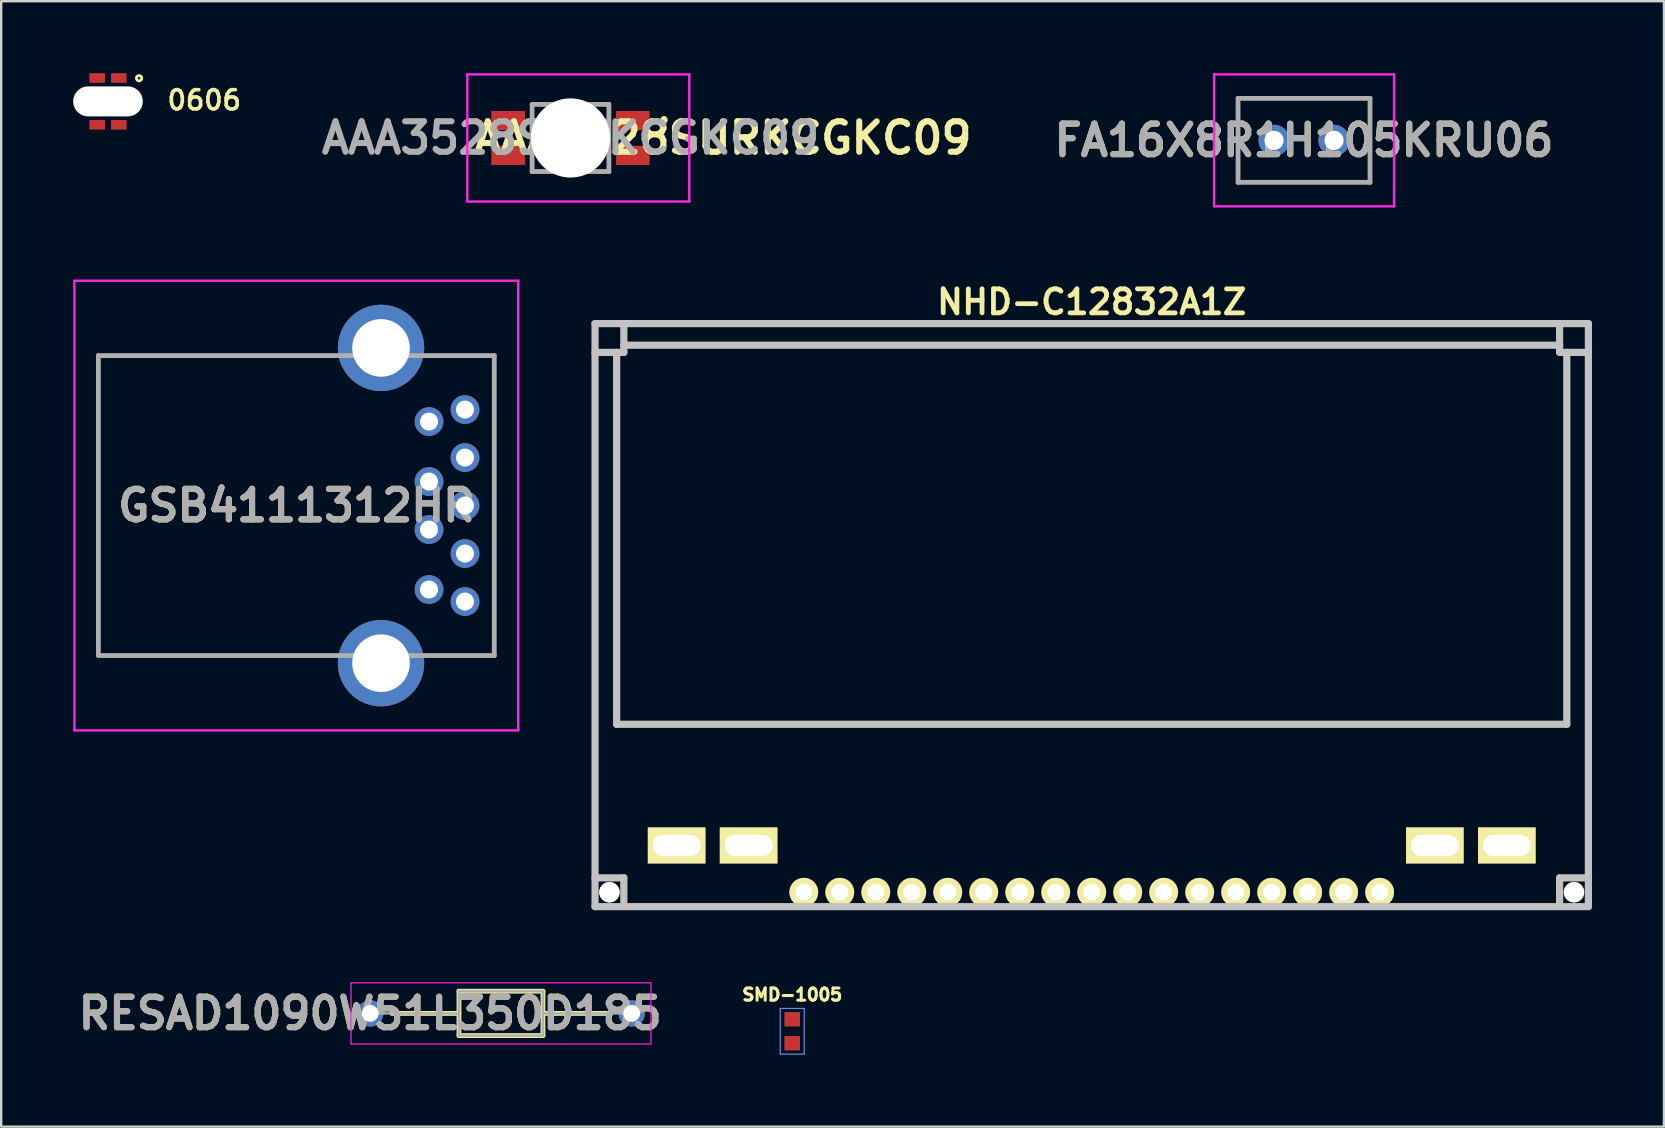
<source format=kicad_pcb>
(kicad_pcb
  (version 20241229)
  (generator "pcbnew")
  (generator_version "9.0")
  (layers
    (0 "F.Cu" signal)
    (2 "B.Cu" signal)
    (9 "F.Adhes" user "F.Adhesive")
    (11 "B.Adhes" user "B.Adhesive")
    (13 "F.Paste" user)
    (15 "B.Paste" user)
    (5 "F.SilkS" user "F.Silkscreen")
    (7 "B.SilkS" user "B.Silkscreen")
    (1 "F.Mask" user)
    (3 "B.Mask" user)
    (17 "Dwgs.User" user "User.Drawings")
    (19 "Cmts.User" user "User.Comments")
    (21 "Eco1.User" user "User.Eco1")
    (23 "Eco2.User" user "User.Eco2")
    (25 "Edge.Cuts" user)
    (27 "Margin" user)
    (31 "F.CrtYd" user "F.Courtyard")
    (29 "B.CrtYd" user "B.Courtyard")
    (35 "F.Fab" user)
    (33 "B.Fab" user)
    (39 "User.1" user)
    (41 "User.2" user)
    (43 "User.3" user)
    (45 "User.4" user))
  (footprint "SMD-1005"
    (layer "F.Cu")
    (at 29.967 39.93)
    (property "Reference" "SMD-1005" (at 0 -1.524 0) (layer "F.SilkS") (effects (font (size 0.508 0.508) (thickness 0.127))))
    (attr through_hole)
    (fp_line (start -0.5 -0.95) (end 0.5 -0.95) (stroke (width 0.05) (type solid)) (layer "Cmts.User"))
    (fp_line (start -0.5 0.95) (end -0.5 -0.95) (stroke (width 0.05) (type solid)) (layer "Cmts.User"))
    (fp_line (start 0.5 -0.95) (end 0.5 0.95) (stroke (width 0.05) (type solid)) (layer "Cmts.User"))
    (fp_line (start 0.5 0.95) (end -0.5 0.95) (stroke (width 0.05) (type solid)) (layer "Cmts.User"))
    (pad "1" smd rect (at 0 -0.5) (size 0.65 0.6) (layers "F.Cu" "F.Mask" "F.Paste"))
    (pad "2" smd rect (at 0 0.5) (size 0.65 0.6) (layers "F.Cu" "F.Mask" "F.Paste")))
  (footprint "0606"
    (layer "F.Cu")
    (at 1.45 1.175)
    (property "Reference" "0606" (at 4.013 -0.051 0) (layer "F.SilkS") (effects (font (size 0.8 0.8) (thickness 0.15))))
    (attr through_hole)
    (fp_circle (center 1.295 -0.965) (end 1.346 -0.965) (stroke (width 0.12) (type solid)) (fill no) (layer "F.SilkS"))
    (pad "" np_thru_hole oval (at 0 0) (size 2.9 1.25) (drill oval 2.9 1.25) (layers "*.Cu" "*.Mask"))
    (pad "1" smd rect (at 0.45 -0.975) (size 0.65 0.4) (layers "F.Cu" "F.Mask" "F.Paste"))
    (pad "2" smd rect (at -0.45 -0.975) (size 0.65 0.4) (layers "F.Cu" "F.Mask" "F.Paste"))
    (pad "3" smd rect (at -0.45 0.975) (size 0.65 0.4) (layers "F.Cu" "F.Mask" "F.Paste"))
    (pad "4" smd rect (at 0.45 0.975) (size 0.65 0.4) (layers "F.Cu" "F.Mask" "F.Paste")))
  (footprint "AAA3528SURKCGKC09"
    (layer "F.Cu")
    (at 20.727 2.7)
    (property "Reference" "AAA3528SURKCGKC09" (at 6.35 0 0) (layer "F.SilkS") (effects (font (size 1.27 1.27) (thickness 0.254))))
    (attr through_hole)
    (fp_line (start 3.9 -0.8) (end 3.9 -0.8) (stroke (width 0.2) (type solid)) (layer "F.SilkS"))
    (fp_line (start 3.9 -0.8) (end 3.9 -0.8) (stroke (width 0.2) (type solid)) (layer "F.SilkS"))
    (fp_line (start 3.9 -0.7) (end 3.9 -0.7) (stroke (width 0.2) (type solid)) (layer "F.SilkS"))
    (fp_arc (start 3.9 -0.8) (mid 3.95 -0.75) (end 3.9 -0.7) (stroke (width 0.2) (type solid)) (layer "F.SilkS"))
    (fp_arc (start 3.9 -0.7) (mid 3.85 -0.75) (end 3.9 -0.8) (stroke (width 0.2) (type solid)) (layer "F.SilkS"))
    (fp_arc (start 3.9 -0.7) (mid 3.85 -0.75) (end 3.9 -0.8) (stroke (width 0.2) (type solid)) (layer "F.SilkS"))
    (fp_line (start -4.3 -2.65) (end 4.95 -2.65) (stroke (width 0.1) (type solid)) (layer "F.CrtYd"))
    (fp_line (start -4.3 2.65) (end -4.3 -2.65) (stroke (width 0.1) (type solid)) (layer "F.CrtYd"))
    (fp_line (start 4.95 -2.65) (end 4.95 2.65) (stroke (width 0.1) (type solid)) (layer "F.CrtYd"))
    (fp_line (start 4.95 2.65) (end -4.3 2.65) (stroke (width 0.1) (type solid)) (layer "F.CrtYd"))
    (fp_line (start -1.6 -1.4) (end -1.6 1.4) (stroke (width 0.2) (type solid)) (layer "F.Fab"))
    (fp_line (start -1.6 1.4) (end 1.6 1.4) (stroke (width 0.2) (type solid)) (layer "F.Fab"))
    (fp_line (start 1.6 -1.4) (end -1.6 -1.4) (stroke (width 0.2) (type solid)) (layer "F.Fab"))
    (fp_line (start 1.6 1.4) (end 1.6 -1.4) (stroke (width 0.2) (type solid)) (layer "F.Fab"))
    (fp_text user "${REFERENCE}" (at 0 0 0) (layer "F.Fab") (effects (font (size 1.27 1.27) (thickness 0.254))))
    (pad "" np_thru_hole circle (at 0 0) (size 3.3 3.3) (drill 3.3) (layers "*.Cu" "*.Mask"))
    (pad "1" smd rect (at 2.6 -0.725 90) (size 0.8 1.4) (layers "F.Cu" "F.Mask" "F.Paste"))
    (pad "2" smd rect (at -2.6 -0.725 90) (size 0.8 1.4) (layers "F.Cu" "F.Mask" "F.Paste"))
    (pad "3" smd rect (at -2.6 0.725 90) (size 0.8 1.4) (layers "F.Cu" "F.Mask" "F.Paste"))
    (pad "4" smd rect (at 2.6 0.725 90) (size 0.8 1.4) (layers "F.Cu" "F.Mask" "F.Paste")))
  (footprint "RESAD1090W51L350D185"
    (layer "F.Cu")
    (at 12.379 39.186)
    (property "Reference" "RESAD1090W51L350D185" (at 0 0 0) (layer "F.SilkS") (effects (font (size 1.27 1.27) (thickness 0.254))))
    (attr through_hole)
    (fp_line (start 0.9 0) (end 3.7 0) (stroke (width 0.2) (type solid)) (layer "F.SilkS"))
    (fp_line (start 3.7 -0.925) (end 7.2 -0.925) (stroke (width 0.2) (type solid)) (layer "F.SilkS"))
    (fp_line (start 3.7 0.925) (end 3.7 -0.925) (stroke (width 0.2) (type solid)) (layer "F.SilkS"))
    (fp_line (start 7.2 -0.925) (end 7.2 0.925) (stroke (width 0.2) (type solid)) (layer "F.SilkS"))
    (fp_line (start 7.2 0) (end 10 0) (stroke (width 0.2) (type solid)) (layer "F.SilkS"))
    (fp_line (start 7.2 0.925) (end 3.7 0.925) (stroke (width 0.2) (type solid)) (layer "F.SilkS"))
    (fp_line (start -0.8 -1.275) (end 11.7 -1.275) (stroke (width 0.05) (type solid)) (layer "F.CrtYd"))
    (fp_line (start -0.8 1.275) (end -0.8 -1.275) (stroke (width 0.05) (type solid)) (layer "F.CrtYd"))
    (fp_line (start 11.7 -1.275) (end 11.7 1.275) (stroke (width 0.05) (type solid)) (layer "F.CrtYd"))
    (fp_line (start 11.7 1.275) (end -0.8 1.275) (stroke (width 0.05) (type solid)) (layer "F.CrtYd"))
    (fp_line (start 0 0) (end 3.7 0) (stroke (width 0.1) (type solid)) (layer "F.Fab"))
    (fp_line (start 3.7 -0.925) (end 7.2 -0.925) (stroke (width 0.1) (type solid)) (layer "F.Fab"))
    (fp_line (start 3.7 0.925) (end 3.7 -0.925) (stroke (width 0.1) (type solid)) (layer "F.Fab"))
    (fp_line (start 7.2 -0.925) (end 7.2 0.925) (stroke (width 0.1) (type solid)) (layer "F.Fab"))
    (fp_line (start 7.2 0) (end 10.9 0) (stroke (width 0.1) (type solid)) (layer "F.Fab"))
    (fp_line (start 7.2 0.925) (end 3.7 0.925) (stroke (width 0.1) (type solid)) (layer "F.Fab"))
    (fp_text user "${REFERENCE}" (at 0 0 0) (layer "F.Fab") (effects (font (size 1.27 1.27) (thickness 0.254))))
    (pad "1" thru_hole circle (at 0 0) (size 1.1 1.1) (drill 0.7) (layers "*.Cu" "*.Mask"))
    (pad "2" thru_hole circle (at 10.9 0) (size 1.1 1.1) (drill 0.7) (layers "*.Cu" "*.Mask")))
  (footprint "NHD-C12832A1Z"
    (layer "F.Cu")
    (at 42.45 34.136)
    (property "Reference" "NHD-C12832A1Z" (at 0 -24.6 0) (layer "F.SilkS") (effects (font (size 1 1) (thickness 0.2))))
    (attr through_hole)
    (fp_line (start -20.7 -23.7) (end -20.7 0.6) (stroke (width 0.3) (type solid)) (layer "Dwgs.User"))
    (fp_line (start -20.7 -0.6) (end -19.5 -0.6) (stroke (width 0.3) (type solid)) (layer "Dwgs.User"))
    (fp_line (start -20.7 0.6) (end 20.7 0.6) (stroke (width 0.3) (type solid)) (layer "Dwgs.User"))
    (fp_line (start -19.8 -7) (end -19.8 -22.5) (stroke (width 0.3) (type solid)) (layer "Dwgs.User"))
    (fp_line (start -19.5 -23.7) (end -19.5 -22.5) (stroke (width 0.3) (type solid)) (layer "Dwgs.User"))
    (fp_line (start -19.5 -22.8) (end 19.5 -22.8) (stroke (width 0.3) (type solid)) (layer "Dwgs.User"))
    (fp_line (start -19.5 -22.5) (end -20.7 -22.5) (stroke (width 0.3) (type solid)) (layer "Dwgs.User"))
    (fp_line (start -19.5 -0.6) (end -19.5 0.6) (stroke (width 0.3) (type solid)) (layer "Dwgs.User"))
    (fp_line (start 19.5 -22.5) (end 19.5 -23.7) (stroke (width 0.3) (type solid)) (layer "Dwgs.User"))
    (fp_line (start 19.5 -22.5) (end 20.7 -22.5) (stroke (width 0.3) (type solid)) (layer "Dwgs.User"))
    (fp_line (start 19.5 -0.6) (end 19.5 0.6) (stroke (width 0.3) (type solid)) (layer "Dwgs.User"))
    (fp_line (start 19.8 -7) (end -19.8 -7) (stroke (width 0.3) (type solid)) (layer "Dwgs.User"))
    (fp_line (start 19.8 -7) (end 19.8 -22.5) (stroke (width 0.3) (type solid)) (layer "Dwgs.User"))
    (fp_line (start 20.7 -23.7) (end -20.7 -23.7) (stroke (width 0.3) (type solid)) (layer "Dwgs.User"))
    (fp_line (start 20.7 -0.6) (end 19.5 -0.6) (stroke (width 0.3) (type solid)) (layer "Dwgs.User"))
    (fp_line (start 20.7 0.6) (end 20.7 -23.7) (stroke (width 0.3) (type solid)) (layer "Dwgs.User"))
    (pad "" np_thru_hole circle (at -20.1 0 90) (size 0.85 0.85) (drill 0.85) (layers "*.Cu" "*.Mask" "F.SilkS"))
    (pad "" np_thru_hole circle (at 20.1 0 90) (size 0.85 0.85) (drill 0.85) (layers "*.Cu" "*.Mask" "F.SilkS"))
    (pad "1" thru_hole rect (at -17.3 -1.95 90) (size 1.5 2.4) (drill oval 0.9 2) (layers "*.Cu" "*.Mask" "F.SilkS"))
    (pad "2" thru_hole rect (at -14.3 -1.95 90) (size 1.5 2.4) (drill oval 0.9 2) (layers "*.Cu" "*.Mask" "F.SilkS"))
    (pad "3" thru_hole circle (at -12 0 90) (size 1.2 1.2) (drill 0.7) (layers "*.Cu" "*.Mask" "F.SilkS"))
    (pad "4" thru_hole circle (at -10.5 0 90) (size 1.2 1.2) (drill 0.7) (layers "*.Cu" "*.Mask" "F.SilkS"))
    (pad "5" thru_hole circle (at -9 0 90) (size 1.2 1.2) (drill 0.7) (layers "*.Cu" "*.Mask" "F.SilkS"))
    (pad "6" thru_hole circle (at -7.5 0 90) (size 1.2 1.2) (drill 0.7) (layers "*.Cu" "*.Mask" "F.SilkS"))
    (pad "7" thru_hole circle (at -6 0 90) (size 1.2 1.2) (drill 0.7) (layers "*.Cu" "*.Mask" "F.SilkS"))
    (pad "8" thru_hole circle (at -4.5 0 90) (size 1.2 1.2) (drill 0.7) (layers "*.Cu" "*.Mask" "F.SilkS"))
    (pad "9" thru_hole circle (at -3 0 90) (size 1.2 1.2) (drill 0.7) (layers "*.Cu" "*.Mask" "F.SilkS"))
    (pad "10" thru_hole circle (at -1.5 0 90) (size 1.2 1.2) (drill 0.7) (layers "*.Cu" "*.Mask" "F.SilkS"))
    (pad "11" thru_hole circle (at 0 0 90) (size 1.2 1.2) (drill 0.7) (layers "*.Cu" "*.Mask" "F.SilkS"))
    (pad "12" thru_hole circle (at 1.5 0 90) (size 1.2 1.2) (drill 0.7) (layers "*.Cu" "*.Mask" "F.SilkS"))
    (pad "13" thru_hole circle (at 3 0 90) (size 1.2 1.2) (drill 0.7) (layers "*.Cu" "*.Mask" "F.SilkS"))
    (pad "14" thru_hole circle (at 4.5 0 90) (size 1.2 1.2) (drill 0.7) (layers "*.Cu" "*.Mask" "F.SilkS"))
    (pad "15" thru_hole circle (at 6 0 90) (size 1.2 1.2) (drill 0.7) (layers "*.Cu" "*.Mask" "F.SilkS"))
    (pad "16" thru_hole circle (at 7.5 0 90) (size 1.2 1.2) (drill 0.7) (layers "*.Cu" "*.Mask" "F.SilkS"))
    (pad "17" thru_hole circle (at 9 0 90) (size 1.2 1.2) (drill 0.7) (layers "*.Cu" "*.Mask" "F.SilkS"))
    (pad "18" thru_hole circle (at 10.5 0 90) (size 1.2 1.2) (drill 0.7) (layers "*.Cu" "*.Mask" "F.SilkS"))
    (pad "19" thru_hole circle (at 12 0 90) (size 1.2 1.2) (drill 0.7) (layers "*.Cu" "*.Mask" "F.SilkS"))
    (pad "20" thru_hole rect (at 14.3 -1.95 90) (size 1.5 2.4) (drill oval 0.9 2) (layers "*.Cu" "*.Mask" "F.SilkS"))
    (pad "21" thru_hole rect (at 17.3 -1.95 90) (size 1.5 2.4) (drill oval 0.9 2) (layers "*.Cu" "*.Mask" "F.SilkS")))
  (footprint "FA16X8R1H105KRU06"
    (layer "F.Cu")
    (at 50.049 2.8)
    (property "Reference" "FA16X8R1H105KRU06" (at 1.25 0 0) (layer "F.SilkS") (effects (font (size 1.27 1.27) (thickness 0.254))))
    (attr through_hole)
    (fp_line (start -1.5 -1.75) (end 4 -1.75) (stroke (width 0.1) (type solid)) (layer "F.SilkS"))
    (fp_line (start -1.5 1.75) (end -1.5 -1.75) (stroke (width 0.1) (type solid)) (layer "F.SilkS"))
    (fp_line (start 4 -1.75) (end 4 1.75) (stroke (width 0.1) (type solid)) (layer "F.SilkS"))
    (fp_line (start 4 1.75) (end -1.5 1.75) (stroke (width 0.1) (type solid)) (layer "F.SilkS"))
    (fp_line (start -2.5 -2.75) (end 5 -2.75) (stroke (width 0.1) (type solid)) (layer "F.CrtYd"))
    (fp_line (start -2.5 2.75) (end -2.5 -2.75) (stroke (width 0.1) (type solid)) (layer "F.CrtYd"))
    (fp_line (start 5 -2.75) (end 5 2.75) (stroke (width 0.1) (type solid)) (layer "F.CrtYd"))
    (fp_line (start 5 2.75) (end -2.5 2.75) (stroke (width 0.1) (type solid)) (layer "F.CrtYd"))
    (fp_line (start -1.5 -1.75) (end 4 -1.75) (stroke (width 0.2) (type solid)) (layer "F.Fab"))
    (fp_line (start -1.5 1.75) (end -1.5 -1.75) (stroke (width 0.2) (type solid)) (layer "F.Fab"))
    (fp_line (start 4 -1.75) (end 4 1.75) (stroke (width 0.2) (type solid)) (layer "F.Fab"))
    (fp_line (start 4 1.75) (end -1.5 1.75) (stroke (width 0.2) (type solid)) (layer "F.Fab"))
    (fp_text user "${REFERENCE}" (at 1.25 0 0) (layer "F.Fab") (effects (font (size 1.27 1.27) (thickness 0.254))))
    (pad "1" thru_hole circle (at 0 0) (size 1.3 1.3) (drill 0.8) (layers "*.Cu" "*.Mask"))
    (pad "2" thru_hole circle (at 2.5 0) (size 1.3 1.3) (drill 0.8) (layers "*.Cu" "*.Mask")))
  (footprint "GSB4111312HR"
    (layer "F.Cu")
    (at 14.83 14.52)
    (property "Reference" "GSB4111312HR" (at -5.53 3.5 0) (layer "F.SilkS") (effects (font (size 1.27 1.27) (thickness 0.254))))
    (attr through_hole)
    (fp_line (start -13.78 -2.75) (end -13.78 9.75) (stroke (width 0.1) (type solid)) (layer "F.SilkS"))
    (fp_line (start -13.78 9.75) (end -4.22 9.75) (stroke (width 0.1) (type solid)) (layer "F.SilkS"))
    (fp_line (start -4.22 -2.75) (end -13.78 -2.75) (stroke (width 0.1) (type solid)) (layer "F.SilkS"))
    (fp_line (start 0.22 -2.75) (end 2.72 -2.75) (stroke (width 0.1) (type solid)) (layer "F.SilkS"))
    (fp_line (start 2.72 -2.75) (end 2.72 9.75) (stroke (width 0.1) (type solid)) (layer "F.SilkS"))
    (fp_line (start 2.72 9.75) (end 0.22 9.75) (stroke (width 0.1) (type solid)) (layer "F.SilkS"))
    (fp_line (start -14.78 -5.87) (end 3.72 -5.87) (stroke (width 0.1) (type solid)) (layer "F.CrtYd"))
    (fp_line (start -14.78 12.87) (end -14.78 -5.87) (stroke (width 0.1) (type solid)) (layer "F.CrtYd"))
    (fp_line (start 3.72 -5.87) (end 3.72 12.87) (stroke (width 0.1) (type solid)) (layer "F.CrtYd"))
    (fp_line (start 3.72 12.87) (end -14.78 12.87) (stroke (width 0.1) (type solid)) (layer "F.CrtYd"))
    (fp_line (start -13.78 -2.75) (end 2.72 -2.75) (stroke (width 0.2) (type solid)) (layer "F.Fab"))
    (fp_line (start -13.78 9.75) (end -13.78 -2.75) (stroke (width 0.2) (type solid)) (layer "F.Fab"))
    (fp_line (start 2.72 -2.75) (end 2.72 9.75) (stroke (width 0.2) (type solid)) (layer "F.Fab"))
    (fp_line (start 2.72 9.75) (end -13.78 9.75) (stroke (width 0.2) (type solid)) (layer "F.Fab"))
    (fp_text user "${REFERENCE}" (at -5.53 3.5 0) (layer "F.Fab") (effects (font (size 1.27 1.27) (thickness 0.254))))
    (pad "1" thru_hole circle (at 0 0) (size 1.2 1.2) (drill 0.75) (layers "*.Cu" "*.Mask"))
    (pad "2" thru_hole circle (at 0 2.5) (size 1.2 1.2) (drill 0.75) (layers "*.Cu" "*.Mask"))
    (pad "3" thru_hole circle (at 0 4.5) (size 1.2 1.2) (drill 0.75) (layers "*.Cu" "*.Mask"))
    (pad "4" thru_hole circle (at 0 7) (size 1.2 1.2) (drill 0.75) (layers "*.Cu" "*.Mask"))
    (pad "5" thru_hole circle (at 1.5 7.5) (size 1.2 1.2) (drill 0.75) (layers "*.Cu" "*.Mask"))
    (pad "6" thru_hole circle (at 1.5 5.5) (size 1.2 1.2) (drill 0.75) (layers "*.Cu" "*.Mask"))
    (pad "7" thru_hole circle (at 1.5 3.5) (size 1.2 1.2) (drill 0.75) (layers "*.Cu" "*.Mask"))
    (pad "8" thru_hole circle (at 1.5 1.5) (size 1.2 1.2) (drill 0.75) (layers "*.Cu" "*.Mask"))
    (pad "9" thru_hole circle (at 1.5 -0.5) (size 1.2 1.2) (drill 0.75) (layers "*.Cu" "*.Mask"))
    (pad "MH1" thru_hole circle (at -2 -3.07) (size 3.6 3.6) (drill 2.4) (layers "*.Cu" "*.Mask"))
    (pad "MH2" thru_hole circle (at -2 10.07) (size 3.6 3.6) (drill 2.4) (layers "*.Cu" "*.Mask")))
  (gr_rect
    (start -3 -3)
    (end 66.3 43.905)
    (stroke (width 0.1) (type default))
    (fill no)
    (layer "Edge.Cuts")))
</source>
